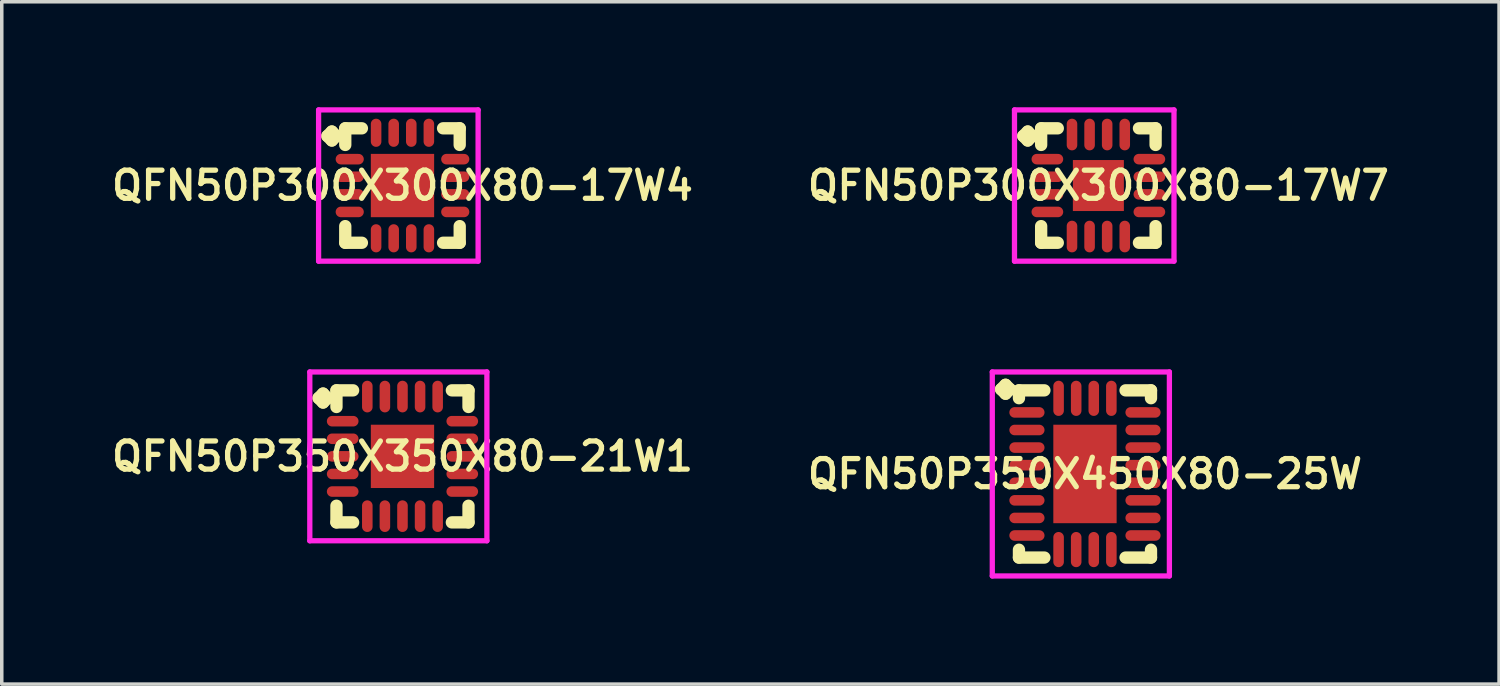
<source format=kicad_pcb>
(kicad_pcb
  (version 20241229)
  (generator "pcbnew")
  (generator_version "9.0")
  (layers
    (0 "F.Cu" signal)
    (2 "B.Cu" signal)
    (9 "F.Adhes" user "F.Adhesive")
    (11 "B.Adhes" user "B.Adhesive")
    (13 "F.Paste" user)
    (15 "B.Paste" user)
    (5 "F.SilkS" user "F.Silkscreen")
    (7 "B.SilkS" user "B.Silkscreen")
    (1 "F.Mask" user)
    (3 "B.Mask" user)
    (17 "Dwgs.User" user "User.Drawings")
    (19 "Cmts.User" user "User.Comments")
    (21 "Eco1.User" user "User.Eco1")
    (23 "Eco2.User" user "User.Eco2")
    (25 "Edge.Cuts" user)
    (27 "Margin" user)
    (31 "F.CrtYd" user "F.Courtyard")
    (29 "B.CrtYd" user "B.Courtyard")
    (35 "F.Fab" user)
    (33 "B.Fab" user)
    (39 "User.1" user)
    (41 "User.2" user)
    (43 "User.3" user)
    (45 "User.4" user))
  (footprint "QFN50P350X350X80-21W1"
    (layer "F.Cu")
    (at 8.393 9.925)
    (property "Reference" "QFN50P350X350X80-21W1" (at 0 0 0) (layer "F.SilkS") (effects (font (size 0.8 0.8) (thickness 0.15))))
    (attr smd)
    (fp_line (start -2.385 -1.658) (end -2.258 -1.785) (stroke (width 0.35) (type solid)) (layer "F.SilkS"))
    (fp_line (start -2.258 -1.785) (end -2.131 -1.658) (stroke (width 0.35) (type solid)) (layer "F.SilkS"))
    (fp_line (start -2.258 -1.531) (end -2.385 -1.658) (stroke (width 0.35) (type solid)) (layer "F.SilkS"))
    (fp_line (start -2.131 -1.658) (end -2.258 -1.531) (stroke (width 0.35) (type solid)) (layer "F.SilkS"))
    (fp_line (start -1.877 -1.877) (end -1.404 -1.877) (stroke (width 0.35) (type solid)) (layer "F.SilkS"))
    (fp_line (start -1.877 -1.404) (end -1.877 -1.877) (stroke (width 0.35) (type solid)) (layer "F.SilkS"))
    (fp_line (start -1.877 1.404) (end -1.877 1.877) (stroke (width 0.35) (type solid)) (layer "F.SilkS"))
    (fp_line (start -1.877 1.877) (end -1.404 1.877) (stroke (width 0.35) (type solid)) (layer "F.SilkS"))
    (fp_line (start 1.404 -1.877) (end 1.877 -1.877) (stroke (width 0.35) (type solid)) (layer "F.SilkS"))
    (fp_line (start 1.404 1.877) (end 1.877 1.877) (stroke (width 0.35) (type solid)) (layer "F.SilkS"))
    (fp_line (start 1.877 -1.877) (end 1.877 -1.404) (stroke (width 0.35) (type solid)) (layer "F.SilkS"))
    (fp_line (start 1.877 1.877) (end 1.877 1.404) (stroke (width 0.35) (type solid)) (layer "F.SilkS"))
    (fp_line (start -2.635 -2.4) (end 2.4 -2.4) (stroke (width 0.15) (type solid)) (layer "F.CrtYd"))
    (fp_line (start -2.635 2.4) (end -2.635 -2.4) (stroke (width 0.15) (type solid)) (layer "F.CrtYd"))
    (fp_line (start 2.4 -2.4) (end 2.4 2.4) (stroke (width 0.15) (type solid)) (layer "F.CrtYd"))
    (fp_line (start 2.4 2.4) (end -2.635 2.4) (stroke (width 0.15) (type solid)) (layer "F.CrtYd"))
    (pad "1" smd oval (at -1.7 -1) (size 0.9 0.3) (layers "F.Cu" "F.Mask" "F.Paste"))
    (pad "2" smd oval (at -1.7 -0.5) (size 0.9 0.3) (layers "F.Cu" "F.Mask" "F.Paste"))
    (pad "3" smd oval (at -1.7 0) (size 0.9 0.3) (layers "F.Cu" "F.Mask" "F.Paste"))
    (pad "4" smd oval (at -1.7 0.5) (size 0.9 0.3) (layers "F.Cu" "F.Mask" "F.Paste"))
    (pad "5" smd oval (at -1.7 1) (size 0.9 0.3) (layers "F.Cu" "F.Mask" "F.Paste"))
    (pad "6" smd oval (at -1 1.7) (size 0.3 0.9) (layers "F.Cu" "F.Mask" "F.Paste"))
    (pad "7" smd oval (at -0.5 1.7) (size 0.3 0.9) (layers "F.Cu" "F.Mask" "F.Paste"))
    (pad "8" smd oval (at 0 1.7) (size 0.3 0.9) (layers "F.Cu" "F.Mask" "F.Paste"))
    (pad "9" smd oval (at 0.5 1.7) (size 0.3 0.9) (layers "F.Cu" "F.Mask" "F.Paste"))
    (pad "10" smd oval (at 1 1.7) (size 0.3 0.9) (layers "F.Cu" "F.Mask" "F.Paste"))
    (pad "11" smd oval (at 1.7 1) (size 0.9 0.3) (layers "F.Cu" "F.Mask" "F.Paste"))
    (pad "12" smd oval (at 1.7 0.5) (size 0.9 0.3) (layers "F.Cu" "F.Mask" "F.Paste"))
    (pad "13" smd oval (at 1.7 0) (size 0.9 0.3) (layers "F.Cu" "F.Mask" "F.Paste"))
    (pad "14" smd oval (at 1.7 -0.5) (size 0.9 0.3) (layers "F.Cu" "F.Mask" "F.Paste"))
    (pad "15" smd oval (at 1.7 -1) (size 0.9 0.3) (layers "F.Cu" "F.Mask" "F.Paste"))
    (pad "16" smd oval (at 1 -1.7) (size 0.3 0.9) (layers "F.Cu" "F.Mask" "F.Paste"))
    (pad "17" smd oval (at 0.5 -1.7) (size 0.3 0.9) (layers "F.Cu" "F.Mask" "F.Paste"))
    (pad "18" smd oval (at 0 -1.7) (size 0.3 0.9) (layers "F.Cu" "F.Mask" "F.Paste"))
    (pad "19" smd oval (at -0.5 -1.7) (size 0.3 0.9) (layers "F.Cu" "F.Mask" "F.Paste"))
    (pad "20" smd oval (at -1 -1.7) (size 0.3 0.9) (layers "F.Cu" "F.Mask" "F.Paste"))
    (pad "21" smd rect (at 0 0) (size 1.8 1.8) (layers "F.Cu" "F.Mask" "F.Paste")))
  (footprint "QFN50P350X450X80-25W"
    (layer "F.Cu")
    (at 27.797 10.425)
    (property "Reference" "QFN50P350X450X80-25W" (at 0 0 0) (layer "F.SilkS") (effects (font (size 0.8 0.8) (thickness 0.15))))
    (attr smd)
    (fp_line (start -2.385 -2.408) (end -2.258 -2.535) (stroke (width 0.35) (type solid)) (layer "F.SilkS"))
    (fp_line (start -2.258 -2.535) (end -2.131 -2.408) (stroke (width 0.35) (type solid)) (layer "F.SilkS"))
    (fp_line (start -2.258 -2.281) (end -2.385 -2.408) (stroke (width 0.35) (type solid)) (layer "F.SilkS"))
    (fp_line (start -2.131 -2.408) (end -2.258 -2.281) (stroke (width 0.35) (type solid)) (layer "F.SilkS"))
    (fp_line (start -1.877 -2.377) (end -1.154 -2.377) (stroke (width 0.35) (type solid)) (layer "F.SilkS"))
    (fp_line (start -1.877 -2.154) (end -1.877 -2.377) (stroke (width 0.35) (type solid)) (layer "F.SilkS"))
    (fp_line (start -1.877 2.154) (end -1.877 2.377) (stroke (width 0.35) (type solid)) (layer "F.SilkS"))
    (fp_line (start -1.877 2.377) (end -1.154 2.377) (stroke (width 0.35) (type solid)) (layer "F.SilkS"))
    (fp_line (start 1.154 -2.377) (end 1.877 -2.377) (stroke (width 0.35) (type solid)) (layer "F.SilkS"))
    (fp_line (start 1.154 2.377) (end 1.877 2.377) (stroke (width 0.35) (type solid)) (layer "F.SilkS"))
    (fp_line (start 1.877 -2.377) (end 1.877 -2.154) (stroke (width 0.35) (type solid)) (layer "F.SilkS"))
    (fp_line (start 1.877 2.377) (end 1.877 2.154) (stroke (width 0.35) (type solid)) (layer "F.SilkS"))
    (fp_line (start -2.635 -2.9) (end 2.4 -2.9) (stroke (width 0.15) (type solid)) (layer "F.CrtYd"))
    (fp_line (start -2.635 2.9) (end -2.635 -2.9) (stroke (width 0.15) (type solid)) (layer "F.CrtYd"))
    (fp_line (start 2.4 -2.9) (end 2.4 2.9) (stroke (width 0.15) (type solid)) (layer "F.CrtYd"))
    (fp_line (start 2.4 2.9) (end -2.635 2.9) (stroke (width 0.15) (type solid)) (layer "F.CrtYd"))
    (pad "1" smd oval (at -1.65 -1.75) (size 1 0.3) (layers "F.Cu" "F.Mask" "F.Paste"))
    (pad "2" smd oval (at -1.65 -1.25) (size 1 0.3) (layers "F.Cu" "F.Mask" "F.Paste"))
    (pad "3" smd oval (at -1.65 -0.75) (size 1 0.3) (layers "F.Cu" "F.Mask" "F.Paste"))
    (pad "4" smd oval (at -1.65 -0.25) (size 1 0.3) (layers "F.Cu" "F.Mask" "F.Paste"))
    (pad "5" smd oval (at -1.65 0.25) (size 1 0.3) (layers "F.Cu" "F.Mask" "F.Paste"))
    (pad "6" smd oval (at -1.65 0.75) (size 1 0.3) (layers "F.Cu" "F.Mask" "F.Paste"))
    (pad "7" smd oval (at -1.65 1.25) (size 1 0.3) (layers "F.Cu" "F.Mask" "F.Paste"))
    (pad "8" smd oval (at -1.65 1.75) (size 1 0.3) (layers "F.Cu" "F.Mask" "F.Paste"))
    (pad "9" smd oval (at -0.75 2.15) (size 0.3 1) (layers "F.Cu" "F.Mask" "F.Paste"))
    (pad "10" smd oval (at -0.25 2.15) (size 0.3 1) (layers "F.Cu" "F.Mask" "F.Paste"))
    (pad "11" smd oval (at 0.25 2.15) (size 0.3 1) (layers "F.Cu" "F.Mask" "F.Paste"))
    (pad "12" smd oval (at 0.75 2.15) (size 0.3 1) (layers "F.Cu" "F.Mask" "F.Paste"))
    (pad "13" smd oval (at 1.65 1.75) (size 1 0.3) (layers "F.Cu" "F.Mask" "F.Paste"))
    (pad "14" smd oval (at 1.65 1.25) (size 1 0.3) (layers "F.Cu" "F.Mask" "F.Paste"))
    (pad "15" smd oval (at 1.65 0.75) (size 1 0.3) (layers "F.Cu" "F.Mask" "F.Paste"))
    (pad "16" smd oval (at 1.65 0.25) (size 1 0.3) (layers "F.Cu" "F.Mask" "F.Paste"))
    (pad "17" smd oval (at 1.65 -0.25) (size 1 0.3) (layers "F.Cu" "F.Mask" "F.Paste"))
    (pad "18" smd oval (at 1.65 -0.75) (size 1 0.3) (layers "F.Cu" "F.Mask" "F.Paste"))
    (pad "19" smd oval (at 1.65 -1.25) (size 1 0.3) (layers "F.Cu" "F.Mask" "F.Paste"))
    (pad "20" smd oval (at 1.65 -1.75) (size 1 0.3) (layers "F.Cu" "F.Mask" "F.Paste"))
    (pad "21" smd oval (at 0.75 -2.15) (size 0.3 1) (layers "F.Cu" "F.Mask" "F.Paste"))
    (pad "22" smd oval (at 0.25 -2.15) (size 0.3 1) (layers "F.Cu" "F.Mask" "F.Paste"))
    (pad "23" smd oval (at -0.25 -2.15) (size 0.3 1) (layers "F.Cu" "F.Mask" "F.Paste"))
    (pad "24" smd oval (at -0.75 -2.15) (size 0.3 1) (layers "F.Cu" "F.Mask" "F.Paste"))
    (pad "25" smd rect (at 0 0) (size 1.8 2.8) (layers "F.Cu" "F.Mask" "F.Paste")))
  (footprint "QFN50P300X300X80-17W7"
    (layer "F.Cu")
    (at 28.178 2.225)
    (property "Reference" "QFN50P300X300X80-17W7" (at 0 0 0) (layer "F.SilkS") (effects (font (size 0.8 0.8) (thickness 0.15))))
    (attr smd)
    (fp_line (start -2.135 -1.408) (end -2.008 -1.535) (stroke (width 0.35) (type solid)) (layer "F.SilkS"))
    (fp_line (start -2.008 -1.535) (end -1.881 -1.408) (stroke (width 0.35) (type solid)) (layer "F.SilkS"))
    (fp_line (start -2.008 -1.281) (end -2.135 -1.408) (stroke (width 0.35) (type solid)) (layer "F.SilkS"))
    (fp_line (start -1.881 -1.408) (end -2.008 -1.281) (stroke (width 0.35) (type solid)) (layer "F.SilkS"))
    (fp_line (start -1.627 -1.627) (end -1.154 -1.627) (stroke (width 0.35) (type solid)) (layer "F.SilkS"))
    (fp_line (start -1.627 -1.154) (end -1.627 -1.627) (stroke (width 0.35) (type solid)) (layer "F.SilkS"))
    (fp_line (start -1.627 1.154) (end -1.627 1.627) (stroke (width 0.35) (type solid)) (layer "F.SilkS"))
    (fp_line (start -1.627 1.627) (end -1.154 1.627) (stroke (width 0.35) (type solid)) (layer "F.SilkS"))
    (fp_line (start 1.154 -1.627) (end 1.627 -1.627) (stroke (width 0.35) (type solid)) (layer "F.SilkS"))
    (fp_line (start 1.154 1.627) (end 1.627 1.627) (stroke (width 0.35) (type solid)) (layer "F.SilkS"))
    (fp_line (start 1.627 -1.627) (end 1.627 -1.154) (stroke (width 0.35) (type solid)) (layer "F.SilkS"))
    (fp_line (start 1.627 1.627) (end 1.627 1.154) (stroke (width 0.35) (type solid)) (layer "F.SilkS"))
    (fp_line (start -2.385 -2.15) (end 2.15 -2.15) (stroke (width 0.15) (type solid)) (layer "F.CrtYd"))
    (fp_line (start -2.385 2.15) (end -2.385 -2.15) (stroke (width 0.15) (type solid)) (layer "F.CrtYd"))
    (fp_line (start 2.15 -2.15) (end 2.15 2.15) (stroke (width 0.15) (type solid)) (layer "F.CrtYd"))
    (fp_line (start 2.15 2.15) (end -2.385 2.15) (stroke (width 0.15) (type solid)) (layer "F.CrtYd"))
    (pad "1" smd oval (at -1.45 -0.75) (size 0.9 0.3) (layers "F.Cu" "F.Mask" "F.Paste"))
    (pad "2" smd oval (at -1.45 -0.25) (size 0.9 0.3) (layers "F.Cu" "F.Mask" "F.Paste"))
    (pad "3" smd oval (at -1.45 0.25) (size 0.9 0.3) (layers "F.Cu" "F.Mask" "F.Paste"))
    (pad "4" smd oval (at -1.45 0.75) (size 0.9 0.3) (layers "F.Cu" "F.Mask" "F.Paste"))
    (pad "5" smd oval (at -0.75 1.45) (size 0.3 0.9) (layers "F.Cu" "F.Mask" "F.Paste"))
    (pad "6" smd oval (at -0.25 1.45) (size 0.3 0.9) (layers "F.Cu" "F.Mask" "F.Paste"))
    (pad "7" smd oval (at 0.25 1.45) (size 0.3 0.9) (layers "F.Cu" "F.Mask" "F.Paste"))
    (pad "8" smd oval (at 0.75 1.45) (size 0.3 0.9) (layers "F.Cu" "F.Mask" "F.Paste"))
    (pad "9" smd oval (at 1.45 0.75) (size 0.9 0.3) (layers "F.Cu" "F.Mask" "F.Paste"))
    (pad "10" smd oval (at 1.45 0.25) (size 0.9 0.3) (layers "F.Cu" "F.Mask" "F.Paste"))
    (pad "11" smd oval (at 1.45 -0.25) (size 0.9 0.3) (layers "F.Cu" "F.Mask" "F.Paste"))
    (pad "12" smd oval (at 1.45 -0.75) (size 0.9 0.3) (layers "F.Cu" "F.Mask" "F.Paste"))
    (pad "13" smd oval (at 0.75 -1.45) (size 0.3 0.9) (layers "F.Cu" "F.Mask" "F.Paste"))
    (pad "14" smd oval (at 0.25 -1.45) (size 0.3 0.9) (layers "F.Cu" "F.Mask" "F.Paste"))
    (pad "15" smd oval (at -0.25 -1.45) (size 0.3 0.9) (layers "F.Cu" "F.Mask" "F.Paste"))
    (pad "16" smd oval (at -0.75 -1.45) (size 0.3 0.9) (layers "F.Cu" "F.Mask" "F.Paste"))
    (pad "17" smd rect (at 0 0) (size 1.45 1.45) (layers "F.Cu" "F.Mask" "F.Paste")))
  (footprint "QFN50P300X300X80-17W4"
    (layer "F.Cu")
    (at 8.393 2.225)
    (property "Reference" "QFN50P300X300X80-17W4" (at 0 0 0) (layer "F.SilkS") (effects (font (size 0.8 0.8) (thickness 0.15))))
    (attr smd)
    (fp_line (start -2.135 -1.408) (end -2.008 -1.535) (stroke (width 0.35) (type solid)) (layer "F.SilkS"))
    (fp_line (start -2.008 -1.535) (end -1.881 -1.408) (stroke (width 0.35) (type solid)) (layer "F.SilkS"))
    (fp_line (start -2.008 -1.281) (end -2.135 -1.408) (stroke (width 0.35) (type solid)) (layer "F.SilkS"))
    (fp_line (start -1.881 -1.408) (end -2.008 -1.281) (stroke (width 0.35) (type solid)) (layer "F.SilkS"))
    (fp_line (start -1.627 -1.627) (end -1.154 -1.627) (stroke (width 0.35) (type solid)) (layer "F.SilkS"))
    (fp_line (start -1.627 -1.154) (end -1.627 -1.627) (stroke (width 0.35) (type solid)) (layer "F.SilkS"))
    (fp_line (start -1.627 1.154) (end -1.627 1.627) (stroke (width 0.35) (type solid)) (layer "F.SilkS"))
    (fp_line (start -1.627 1.627) (end -1.154 1.627) (stroke (width 0.35) (type solid)) (layer "F.SilkS"))
    (fp_line (start 1.154 -1.627) (end 1.627 -1.627) (stroke (width 0.35) (type solid)) (layer "F.SilkS"))
    (fp_line (start 1.154 1.627) (end 1.627 1.627) (stroke (width 0.35) (type solid)) (layer "F.SilkS"))
    (fp_line (start 1.627 -1.627) (end 1.627 -1.154) (stroke (width 0.35) (type solid)) (layer "F.SilkS"))
    (fp_line (start 1.627 1.627) (end 1.627 1.154) (stroke (width 0.35) (type solid)) (layer "F.SilkS"))
    (fp_line (start -2.385 -2.15) (end 2.15 -2.15) (stroke (width 0.15) (type solid)) (layer "F.CrtYd"))
    (fp_line (start -2.385 2.15) (end -2.385 -2.15) (stroke (width 0.15) (type solid)) (layer "F.CrtYd"))
    (fp_line (start 2.15 -2.15) (end 2.15 2.15) (stroke (width 0.15) (type solid)) (layer "F.CrtYd"))
    (fp_line (start 2.15 2.15) (end -2.385 2.15) (stroke (width 0.15) (type solid)) (layer "F.CrtYd"))
    (pad "1" smd oval (at -1.5 -0.75) (size 0.8 0.3) (layers "F.Cu" "F.Mask" "F.Paste"))
    (pad "2" smd oval (at -1.5 -0.25) (size 0.8 0.3) (layers "F.Cu" "F.Mask" "F.Paste"))
    (pad "3" smd oval (at -1.5 0.25) (size 0.8 0.3) (layers "F.Cu" "F.Mask" "F.Paste"))
    (pad "4" smd oval (at -1.5 0.75) (size 0.8 0.3) (layers "F.Cu" "F.Mask" "F.Paste"))
    (pad "5" smd oval (at -0.75 1.5) (size 0.3 0.8) (layers "F.Cu" "F.Mask" "F.Paste"))
    (pad "6" smd oval (at -0.25 1.5) (size 0.3 0.8) (layers "F.Cu" "F.Mask" "F.Paste"))
    (pad "7" smd oval (at 0.25 1.5) (size 0.3 0.8) (layers "F.Cu" "F.Mask" "F.Paste"))
    (pad "8" smd oval (at 0.75 1.5) (size 0.3 0.8) (layers "F.Cu" "F.Mask" "F.Paste"))
    (pad "9" smd oval (at 1.5 0.75) (size 0.8 0.3) (layers "F.Cu" "F.Mask" "F.Paste"))
    (pad "10" smd oval (at 1.5 0.25) (size 0.8 0.3) (layers "F.Cu" "F.Mask" "F.Paste"))
    (pad "11" smd oval (at 1.5 -0.25) (size 0.8 0.3) (layers "F.Cu" "F.Mask" "F.Paste"))
    (pad "12" smd oval (at 1.5 -0.75) (size 0.8 0.3) (layers "F.Cu" "F.Mask" "F.Paste"))
    (pad "13" smd oval (at 0.75 -1.5) (size 0.3 0.8) (layers "F.Cu" "F.Mask" "F.Paste"))
    (pad "14" smd oval (at 0.25 -1.5) (size 0.3 0.8) (layers "F.Cu" "F.Mask" "F.Paste"))
    (pad "15" smd oval (at -0.25 -1.5) (size 0.3 0.8) (layers "F.Cu" "F.Mask" "F.Paste"))
    (pad "16" smd oval (at -0.75 -1.5) (size 0.3 0.8) (layers "F.Cu" "F.Mask" "F.Paste"))
    (pad "17" smd rect (at 0 0) (size 1.8 1.8) (layers "F.Cu" "F.Mask" "F.Paste")))
  (gr_rect
    (start -3 -3)
    (end 39.57 16.4)
    (stroke (width 0.1) (type default))
    (fill no)
    (layer "Edge.Cuts")))
</source>
